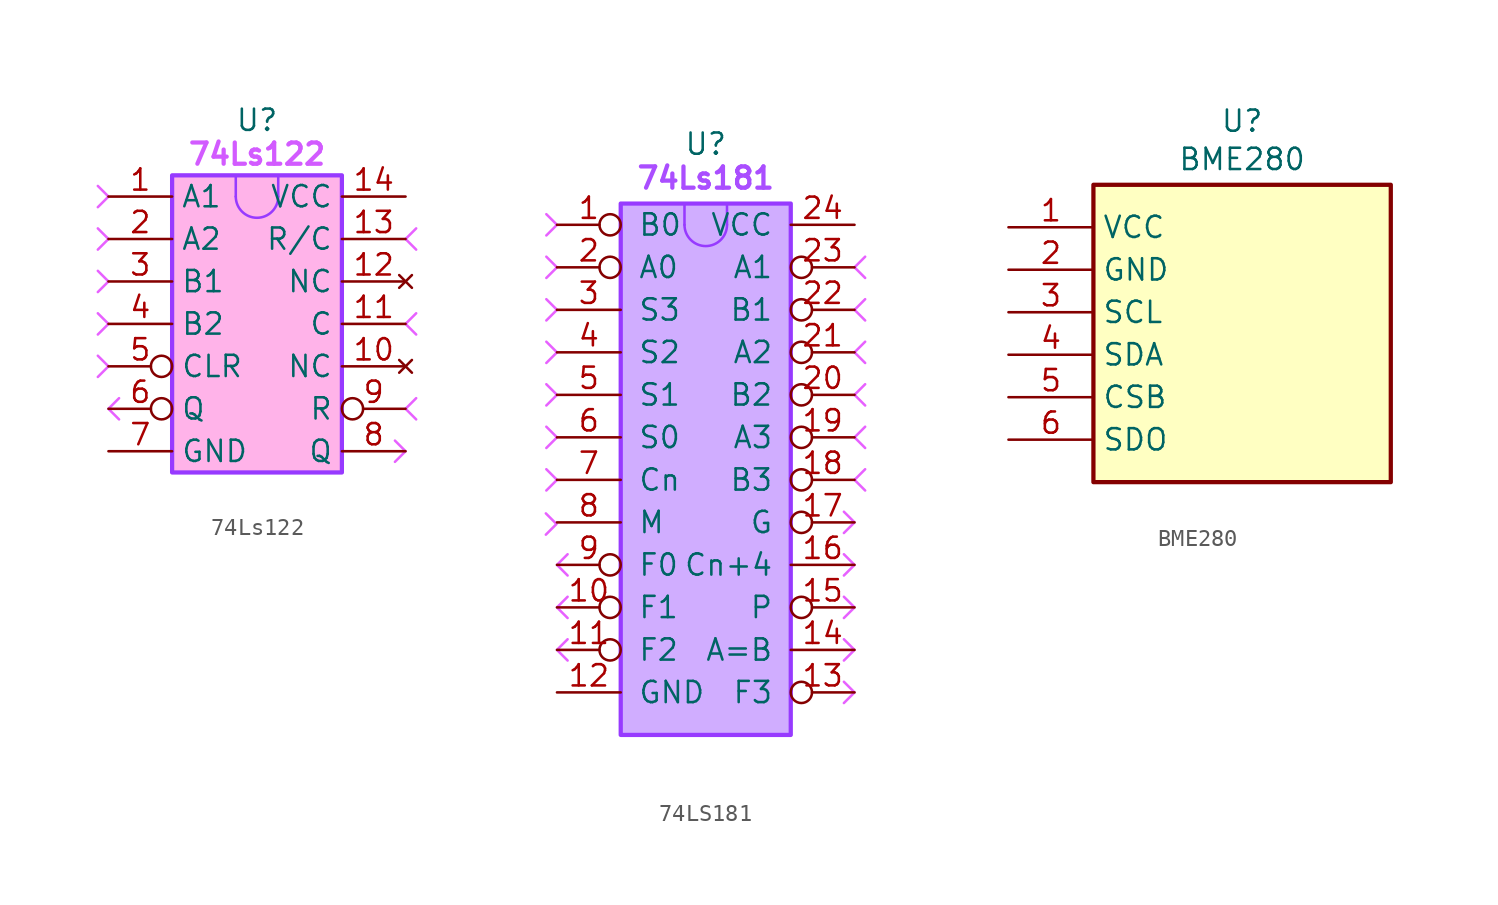
<source format=kicad_sym>
(kicad_symbol_lib
  (version 20241209)
  (generator "kicad_symbol_editor")
  (generator_version "9.0")
  (symbol "74Ls122"
    (property "Reference" "U"
      (at 0 12.192 0)
      (effects (font (size 1.27 1.27))))
    (property "Value" "74Ls122"
      (at 0 10.16 0)
      (effects (font (size 1.27 1.27) (thickness 0.254) (bold yes) (color 210 91 255 1))))
    (symbol "74Ls122_1_0"
      (pin input line (at -8.89 7.62 0) (length 3.81) (name "A1" (effects (font (size 1.27 1.27)))) (number "1" (effects (font (size 1.27 1.27)))))
      (pin input line (at -8.89 5.08 0) (length 3.81) (name "A2" (effects (font (size 1.27 1.27)))) (number "2" (effects (font (size 1.27 1.27)))))
      (pin input line (at -8.89 2.54 0) (length 3.81) (name "B1" (effects (font (size 1.27 1.27)))) (number "3" (effects (font (size 1.27 1.27)))))
      (pin input line (at -8.89 0 0) (length 3.81) (name "B2" (effects (font (size 1.27 1.27)))) (number "4" (effects (font (size 1.27 1.27)))))
      (pin input inverted (at -8.89 -2.54 0) (length 3.81) (name "CLR" (effects (font (size 1.27 1.27)))) (number "5" (effects (font (size 1.27 1.27)))))
      (pin output inverted (at -8.89 -5.08 0) (length 3.81) (name "Q" (effects (font (size 1.27 1.27)))) (number "6" (effects (font (size 1.27 1.27)))))
      (pin power_in line (at -8.89 -7.62 0) (length 3.81) (name "GND" (effects (font (size 1.27 1.27)))) (number "7" (effects (font (size 1.27 1.27)))))
      (pin power_in line (at 8.89 7.62 180) (length 3.81) (name "VCC" (effects (font (size 1.27 1.27)))) (number "14" (effects (font (size 1.27 1.27)))))
      (pin input line (at 8.89 5.08 180) (length 3.81) (name "R/C" (effects (font (size 1.27 1.27)))) (number "13" (effects (font (size 1.27 1.27)))))
      (pin no_connect line (at 8.89 2.54 180) (length 3.81) (name "NC" (effects (font (size 1.27 1.27)))) (number "12" (effects (font (size 1.27 1.27)))))
      (pin input line (at 8.89 0 180) (length 3.81) (name "C" (effects (font (size 1.27 1.27)))) (number "11" (effects (font (size 1.27 1.27)))))
      (pin no_connect line (at 8.89 -2.54 180) (length 3.81) (name "NC" (effects (font (size 1.27 1.27)))) (number "10" (effects (font (size 1.27 1.27)))))
      (pin input inverted (at 8.89 -5.08 180) (length 3.81) (name "R" (effects (font (size 1.27 1.27)))) (number "9" (effects (font (size 1.27 1.27)))))
      (pin output line (at 8.89 -7.62 180) (length 3.81) (name "Q" (effects (font (size 1.27 1.27)))) (number "8" (effects (font (size 1.27 1.27))))))
    (symbol "74Ls122_1_1"
      (polyline (pts (xy -9.525 8.255) (xy -8.89 7.62) (xy -9.525 6.985)) (stroke (width 0) (type default) (color 231 97 255 1)) (fill (type none)))
      (polyline (pts (xy -9.525 5.715) (xy -8.89 5.08) (xy -9.525 4.445)) (stroke (width 0) (type default) (color 231 97 255 1)) (fill (type none)))
      (polyline (pts (xy -9.525 3.175) (xy -8.89 2.54) (xy -9.525 1.905)) (stroke (width 0) (type default) (color 231 97 255 1)) (fill (type none)))
      (polyline (pts (xy -9.525 0.635) (xy -8.89 0) (xy -9.525 -0.635)) (stroke (width 0) (type default) (color 231 97 255 1)) (fill (type none)))
      (polyline (pts (xy -9.525 -1.905) (xy -8.89 -2.54) (xy -9.525 -3.175)) (stroke (width 0) (type default) (color 231 97 255 1)) (fill (type none)))
      (polyline (pts (xy -8.255 -4.445) (xy -8.89 -5.08) (xy -8.255 -5.715)) (stroke (width 0) (type default) (color 231 97 255 1)) (fill (type none)))
      (rectangle (start -5.08 8.89) (end 5.08 -8.89) (stroke (width 0.254) (type default) (color 151 58 255 1)) (fill (type color) (color 255 179 233 1)))
      (polyline (pts (xy -1.27 7.62) (xy -1.27 8.89) (xy 1.27 8.89) (xy 1.27 7.62)) (stroke (width 0) (type default) (color 151 58 255 1)) (fill (type none)))
      (arc (start 1.27 7.62) (mid 0 6.35) (end -1.27 7.62) (stroke (width 0) (type default) (color 151 58 255 1)) (fill (type none)))
      (polyline (pts (xy 8.255 -6.985) (xy 8.89 -7.62) (xy 8.255 -8.255)) (stroke (width 0) (type default) (color 231 97 255 1)) (fill (type none)))
      (polyline (pts (xy 9.525 5.715) (xy 8.89 5.08) (xy 9.525 4.445)) (stroke (width 0) (type default) (color 231 97 255 1)) (fill (type none)))
      (polyline (pts (xy 9.525 0.635) (xy 8.89 0) (xy 9.525 -0.635)) (stroke (width 0) (type default) (color 231 97 255 1)) (fill (type none)))
      (polyline (pts (xy 9.525 -4.445) (xy 8.89 -5.08) (xy 9.525 -5.715)) (stroke (width 0) (type default) (color 231 97 255 1)) (fill (type none)))))
  (symbol "74LS181"
    (pin_names
      (offset 1.016))
    (property "Reference" "U"
      (at 0 20.066 0)
      (effects (font (size 1.27 1.27))))
    (property "Value" "74Ls181"
      (at 0 18.034 0)
      (effects (font (size 1.27 1.27) (thickness 0.254) (bold yes) (color 170 78 255 1))))
    (property "ki_locked" ""
      (at 0 0 0)
      (effects (font (size 1.27 1.27))))
    (symbol "74LS181_1_0"
      (pin input inverted (at -8.89 15.24 0) (length 3.81) (name "B0" (effects (font (size 1.27 1.27)))) (number "1" (effects (font (size 1.27 1.27)))))
      (pin input inverted (at -8.89 12.7 0) (length 3.81) (name "A0" (effects (font (size 1.27 1.27)))) (number "2" (effects (font (size 1.27 1.27)))))
      (pin input line (at -8.89 10.16 0) (length 3.81) (name "S3" (effects (font (size 1.27 1.27)))) (number "3" (effects (font (size 1.27 1.27)))))
      (pin input line (at -8.89 7.62 0) (length 3.81) (name "S2" (effects (font (size 1.27 1.27)))) (number "4" (effects (font (size 1.27 1.27)))))
      (pin input line (at -8.89 5.08 0) (length 3.81) (name "S1" (effects (font (size 1.27 1.27)))) (number "5" (effects (font (size 1.27 1.27)))))
      (pin input line (at -8.89 2.54 0) (length 3.81) (name "S0" (effects (font (size 1.27 1.27)))) (number "6" (effects (font (size 1.27 1.27)))))
      (pin input line (at -8.89 0 0) (length 3.81) (name "Cn" (effects (font (size 1.27 1.27)))) (number "7" (effects (font (size 1.27 1.27)))))
      (pin input line (at -8.89 -2.54 0) (length 3.81) (name "M" (effects (font (size 1.27 1.27)))) (number "8" (effects (font (size 1.27 1.27)))))
      (pin output inverted (at -8.89 -5.08 0) (length 3.81) (name "F0" (effects (font (size 1.27 1.27)))) (number "9" (effects (font (size 1.27 1.27)))))
      (pin output inverted (at -8.89 -7.62 0) (length 3.81) (name "F1" (effects (font (size 1.27 1.27)))) (number "10" (effects (font (size 1.27 1.27)))))
      (pin output inverted (at -8.89 -10.16 0) (length 3.81) (name "F2" (effects (font (size 1.27 1.27)))) (number "11" (effects (font (size 1.27 1.27)))))
      (pin power_in line (at -8.89 -12.7 0) (length 3.81) (name "GND" (effects (font (size 1.27 1.27)))) (number "12" (effects (font (size 1.27 1.27)))))
      (pin power_in line (at 8.89 15.24 180) (length 3.81) (name "VCC" (effects (font (size 1.27 1.27)))) (number "24" (effects (font (size 1.27 1.27)))))
      (pin input inverted (at 8.89 12.7 180) (length 3.81) (name "A1" (effects (font (size 1.27 1.27)))) (number "23" (effects (font (size 1.27 1.27)))))
      (pin input inverted (at 8.89 10.16 180) (length 3.81) (name "B1" (effects (font (size 1.27 1.27)))) (number "22" (effects (font (size 1.27 1.27)))))
      (pin input inverted (at 8.89 7.62 180) (length 3.81) (name "A2" (effects (font (size 1.27 1.27)))) (number "21" (effects (font (size 1.27 1.27)))))
      (pin input inverted (at 8.89 5.08 180) (length 3.81) (name "B2" (effects (font (size 1.27 1.27)))) (number "20" (effects (font (size 1.27 1.27)))))
      (pin input inverted (at 8.89 2.54 180) (length 3.81) (name "A3" (effects (font (size 1.27 1.27)))) (number "19" (effects (font (size 1.27 1.27)))))
      (pin input inverted (at 8.89 0 180) (length 3.81) (name "B3" (effects (font (size 1.27 1.27)))) (number "18" (effects (font (size 1.27 1.27)))))
      (pin output inverted (at 8.89 -2.54 180) (length 3.81) (name "G" (effects (font (size 1.27 1.27)))) (number "17" (effects (font (size 1.27 1.27)))))
      (pin output line (at 8.89 -5.08 180) (length 3.81) (name "Cn+4" (effects (font (size 1.27 1.27)))) (number "16" (effects (font (size 1.27 1.27)))))
      (pin output inverted (at 8.89 -7.62 180) (length 3.81) (name "P" (effects (font (size 1.27 1.27)))) (number "15" (effects (font (size 1.27 1.27)))))
      (pin output line (at 8.89 -10.16 180) (length 3.81) (name "A=B" (effects (font (size 1.27 1.27)))) (number "14" (effects (font (size 1.27 1.27)))))
      (pin output inverted (at 8.89 -12.7 180) (length 3.81) (name "F3" (effects (font (size 1.27 1.27)))) (number "13" (effects (font (size 1.27 1.27))))))
    (symbol "74LS181_1_1"
      (polyline (pts (xy -9.554 -2.004) (xy -8.919 -2.639) (xy -9.554 -3.274)) (stroke (width 0) (type default) (color 231 97 255 1)) (fill (type none)))
      (polyline (pts (xy -9.525 15.875) (xy -8.89 15.24) (xy -9.525 14.605)) (stroke (width 0) (type default) (color 231 97 255 1)) (fill (type none)))
      (polyline (pts (xy -9.525 13.335) (xy -8.89 12.7) (xy -9.525 12.065)) (stroke (width 0) (type default) (color 231 97 255 1)) (fill (type none)))
      (polyline (pts (xy -9.525 10.795) (xy -8.89 10.16) (xy -9.525 9.525)) (stroke (width 0) (type default) (color 231 97 255 1)) (fill (type none)))
      (polyline (pts (xy -9.525 8.255) (xy -8.89 7.62) (xy -9.525 6.985)) (stroke (width 0) (type default) (color 231 97 255 1)) (fill (type none)))
      (polyline (pts (xy -9.525 5.715) (xy -8.89 5.08) (xy -9.525 4.445)) (stroke (width 0) (type default) (color 231 97 255 1)) (fill (type none)))
      (polyline (pts (xy -9.525 3.175) (xy -8.89 2.54) (xy -9.525 1.905)) (stroke (width 0) (type default) (color 231 97 255 1)) (fill (type none)))
      (polyline (pts (xy -9.525 0.635) (xy -8.89 0) (xy -9.525 -0.635)) (stroke (width 0) (type default) (color 231 97 255 1)) (fill (type none)))
      (polyline (pts (xy -8.255 -4.445) (xy -8.89 -5.08) (xy -8.255 -5.715)) (stroke (width 0) (type default) (color 231 97 255 1)) (fill (type none)))
      (polyline (pts (xy -8.255 -6.985) (xy -8.89 -7.62) (xy -8.255 -8.255)) (stroke (width 0) (type default) (color 231 97 255 1)) (fill (type none)))
      (polyline (pts (xy -8.255 -9.525) (xy -8.89 -10.16) (xy -8.255 -10.795)) (stroke (width 0) (type default) (color 231 97 255 1)) (fill (type none)))
      (rectangle (start -5.08 16.51) (end 5.08 -15.24) (stroke (width 0.254) (type default) (color 151 58 255 1)) (fill (type color) (color 208 173 255 1)))
      (polyline (pts (xy -1.27 15.24) (xy -1.27 16.51) (xy 1.27 16.51) (xy 1.27 15.24)) (stroke (width 0) (type default) (color 151 58 255 1)) (fill (type none)))
      (arc (start 1.27 15.24) (mid 0 13.97) (end -1.27 15.24) (stroke (width 0) (type default) (color 151 58 255 1)) (fill (type none)))
      (polyline (pts (xy 8.255 -1.905) (xy 8.89 -2.54) (xy 8.255 -3.175)) (stroke (width 0) (type default) (color 231 97 255 1)) (fill (type none)))
      (polyline (pts (xy 8.255 -4.445) (xy 8.89 -5.08) (xy 8.255 -5.715)) (stroke (width 0) (type default) (color 231 97 255 1)) (fill (type none)))
      (polyline (pts (xy 8.255 -6.985) (xy 8.89 -7.62) (xy 8.255 -8.255)) (stroke (width 0) (type default) (color 231 97 255 1)) (fill (type none)))
      (polyline (pts (xy 8.255 -9.525) (xy 8.89 -10.16) (xy 8.255 -10.795)) (stroke (width 0) (type default) (color 231 97 255 1)) (fill (type none)))
      (polyline (pts (xy 8.255 -12.065) (xy 8.89 -12.7) (xy 8.255 -13.335)) (stroke (width 0) (type default) (color 231 97 255 1)) (fill (type none)))
      (polyline (pts (xy 9.525 13.335) (xy 8.89 12.7) (xy 9.525 12.065)) (stroke (width 0) (type default) (color 231 97 255 1)) (fill (type none)))
      (polyline (pts (xy 9.525 10.795) (xy 8.89 10.16) (xy 9.525 9.525)) (stroke (width 0) (type default) (color 231 97 255 1)) (fill (type none)))
      (polyline (pts (xy 9.525 8.255) (xy 8.89 7.62) (xy 9.525 6.985)) (stroke (width 0) (type default) (color 231 97 255 1)) (fill (type none)))
      (polyline (pts (xy 9.525 5.715) (xy 8.89 5.08) (xy 9.525 4.445)) (stroke (width 0) (type default) (color 231 97 255 1)) (fill (type none)))
      (polyline (pts (xy 9.525 3.175) (xy 8.89 2.54) (xy 9.525 1.905)) (stroke (width 0) (type default) (color 231 97 255 1)) (fill (type none)))
      (polyline (pts (xy 9.525 0.635) (xy 8.89 0) (xy 9.525 -0.635)) (stroke (width 0) (type default) (color 231 97 255 1)) (fill (type none)))))
  (symbol "BME280"
    (property "Reference" "U"
      (at 0 12.7 0)
      (effects (font (size 1.27 1.27))))
    (property "Value" "BME280"
      (at 0 10.414 0)
      (effects (font (size 1.27 1.27))))
    (symbol "BME280_0_1"
      (rectangle (start -8.89 8.89) (end 8.89 -8.89) (stroke (width 0.254) (type default)) (fill (type background))))
    (symbol "BME280_1_1"
      (pin power_in line (at -13.97 6.35 0) (length 5.08) (name "VCC" (effects (font (size 1.27 1.27)))) (number "1" (effects (font (size 1.27 1.27)))))
      (pin power_in line (at -13.97 3.81 0) (length 5.08) (name "GND" (effects (font (size 1.27 1.27)))) (number "2" (effects (font (size 1.27 1.27)))))
      (pin bidirectional line (at -13.97 1.27 0) (length 5.08) (name "SCL" (effects (font (size 1.27 1.27)))) (number "3" (effects (font (size 1.27 1.27)))))
      (pin bidirectional line (at -13.97 -1.27 0) (length 5.08) (name "SDA" (effects (font (size 1.27 1.27)))) (number "4" (effects (font (size 1.27 1.27)))))
      (pin input line (at -13.97 -3.81 0) (length 5.08) (name "CSB" (effects (font (size 1.27 1.27)))) (number "5" (effects (font (size 1.27 1.27)))))
      (pin output line (at -13.97 -6.35 0) (length 5.08) (name "SDO" (effects (font (size 1.27 1.27)))) (number "6" (effects (font (size 1.27 1.27))))))))
</source>
